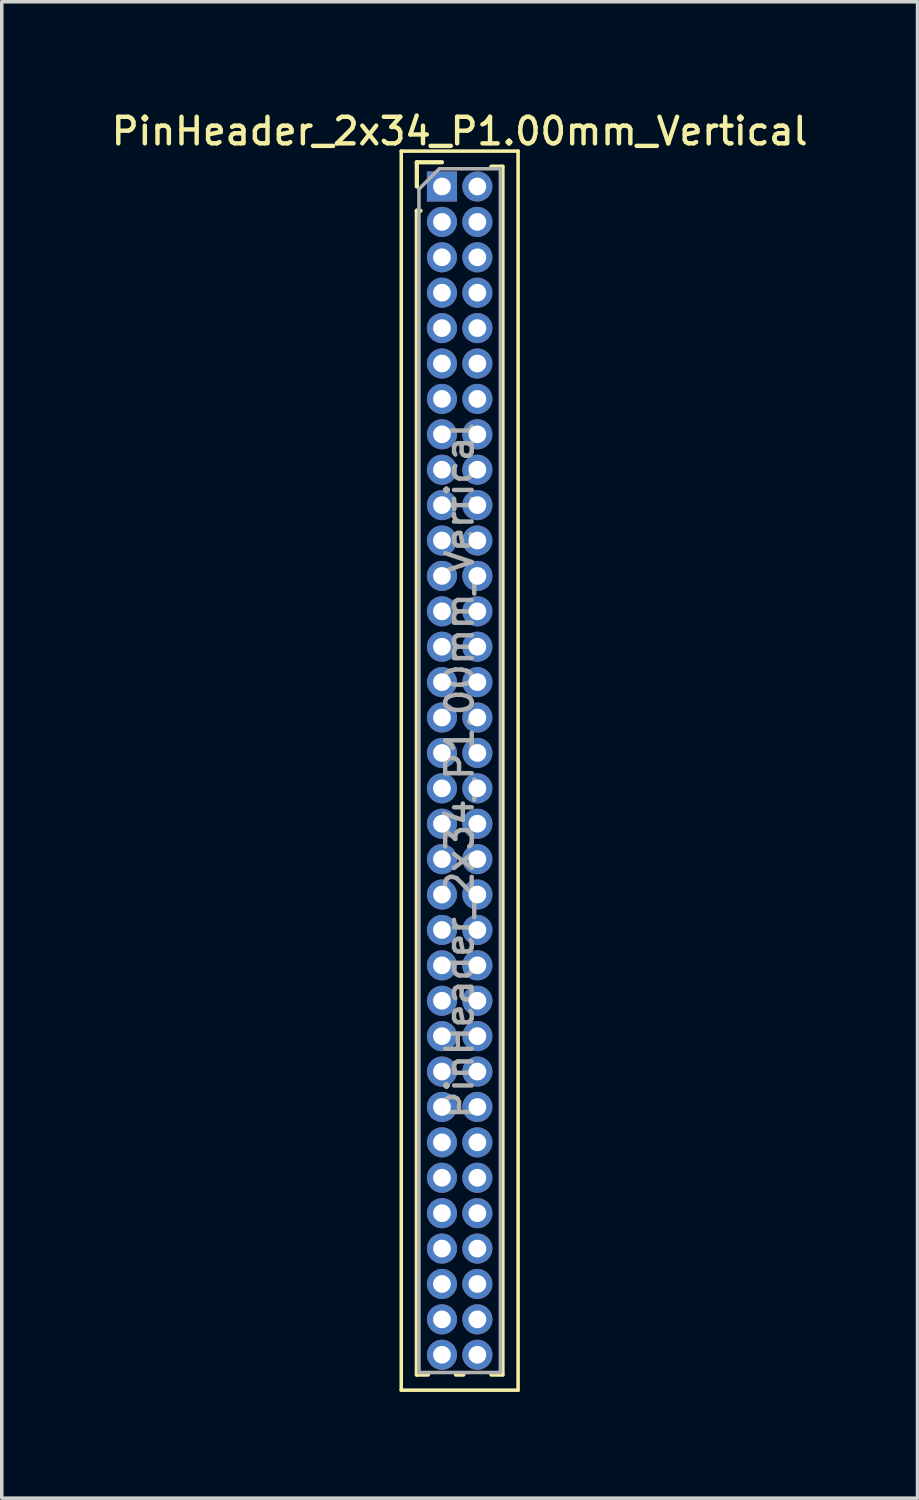
<source format=kicad_pcb>
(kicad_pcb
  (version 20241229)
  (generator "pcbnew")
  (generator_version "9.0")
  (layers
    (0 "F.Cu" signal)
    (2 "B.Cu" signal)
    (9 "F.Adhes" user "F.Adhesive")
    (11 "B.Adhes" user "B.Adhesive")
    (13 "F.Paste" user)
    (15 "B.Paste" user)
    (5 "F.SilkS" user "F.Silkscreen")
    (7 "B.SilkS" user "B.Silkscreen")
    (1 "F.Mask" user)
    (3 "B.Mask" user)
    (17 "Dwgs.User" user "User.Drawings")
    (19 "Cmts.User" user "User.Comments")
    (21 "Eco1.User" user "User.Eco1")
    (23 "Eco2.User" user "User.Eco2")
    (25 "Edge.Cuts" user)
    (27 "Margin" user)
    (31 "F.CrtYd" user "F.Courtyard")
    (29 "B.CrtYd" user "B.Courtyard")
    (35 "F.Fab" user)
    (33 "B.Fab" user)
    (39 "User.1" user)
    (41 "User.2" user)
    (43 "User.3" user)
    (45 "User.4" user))
  (footprint "PinHeader_2x34_P1.00mm_Vertical"
    (layer "F.Cu")
    (at 9.434 2.218)
    (property "Reference" "PinHeader_2x34_P1.00mm_Vertical" (at 0.5 -1.56 0) (layer "F.SilkS") (effects (font (size 0.75 0.75) (thickness 0.125))))
    (attr through_hole)
    (fp_line (start -1.15 -1) (end -1.15 34) (stroke (width 0.1) (type solid)) (layer "F.SilkS"))
    (fp_line (start -1.15 34) (end 2.15 34) (stroke (width 0.1) (type solid)) (layer "F.SilkS"))
    (fp_line (start -0.71 -0.685) (end 0 -0.685) (stroke (width 0.12) (type solid)) (layer "F.SilkS"))
    (fp_line (start -0.71 0) (end -0.71 -0.685) (stroke (width 0.12) (type solid)) (layer "F.SilkS"))
    (fp_line (start -0.71 0.685) (end -0.71 33.56) (stroke (width 0.12) (type solid)) (layer "F.SilkS"))
    (fp_line (start -0.71 0.685) (end -0.608 0.685) (stroke (width 0.12) (type solid)) (layer "F.SilkS"))
    (fp_line (start -0.71 33.56) (end -0.394 33.56) (stroke (width 0.12) (type solid)) (layer "F.SilkS"))
    (fp_line (start 0.394 33.56) (end 0.606 33.56) (stroke (width 0.12) (type solid)) (layer "F.SilkS"))
    (fp_line (start 1.394 -0.56) (end 1.71 -0.56) (stroke (width 0.12) (type solid)) (layer "F.SilkS"))
    (fp_line (start 1.394 33.56) (end 1.71 33.56) (stroke (width 0.12) (type solid)) (layer "F.SilkS"))
    (fp_line (start 1.71 -0.56) (end 1.71 33.56) (stroke (width 0.12) (type solid)) (layer "F.SilkS"))
    (fp_line (start 2.15 -1) (end -1.15 -1) (stroke (width 0.1) (type solid)) (layer "F.SilkS"))
    (fp_line (start 2.15 34) (end 2.15 -1) (stroke (width 0.1) (type solid)) (layer "F.SilkS"))
    (fp_line (start -0.65 0.075) (end -0.075 -0.5) (stroke (width 0.1) (type solid)) (layer "F.Fab"))
    (fp_line (start -0.65 33.5) (end -0.65 0.075) (stroke (width 0.1) (type solid)) (layer "F.Fab"))
    (fp_line (start -0.075 -0.5) (end 1.65 -0.5) (stroke (width 0.1) (type solid)) (layer "F.Fab"))
    (fp_line (start 1.65 -0.5) (end 1.65 33.5) (stroke (width 0.1) (type solid)) (layer "F.Fab"))
    (fp_line (start 1.65 33.5) (end -0.65 33.5) (stroke (width 0.1) (type solid)) (layer "F.Fab"))
    (fp_text user "${REFERENCE}" (at 0.5 16.5 90) (layer "F.Fab") (effects (font (size 0.75 0.75) (thickness 0.125))))
    (pad "1" thru_hole rect (at 0 0) (size 0.85 0.85) (drill 0.5) (layers "*.Cu" "*.Mask"))
    (pad "2" thru_hole oval (at 1 0) (size 0.85 0.85) (drill 0.5) (layers "*.Cu" "*.Mask"))
    (pad "3" thru_hole oval (at 0 1) (size 0.85 0.85) (drill 0.5) (layers "*.Cu" "*.Mask"))
    (pad "4" thru_hole oval (at 1 1) (size 0.85 0.85) (drill 0.5) (layers "*.Cu" "*.Mask"))
    (pad "5" thru_hole oval (at 0 2) (size 0.85 0.85) (drill 0.5) (layers "*.Cu" "*.Mask"))
    (pad "6" thru_hole oval (at 1 2) (size 0.85 0.85) (drill 0.5) (layers "*.Cu" "*.Mask"))
    (pad "7" thru_hole oval (at 0 3) (size 0.85 0.85) (drill 0.5) (layers "*.Cu" "*.Mask"))
    (pad "8" thru_hole oval (at 1 3) (size 0.85 0.85) (drill 0.5) (layers "*.Cu" "*.Mask"))
    (pad "9" thru_hole oval (at 0 4) (size 0.85 0.85) (drill 0.5) (layers "*.Cu" "*.Mask"))
    (pad "10" thru_hole oval (at 1 4) (size 0.85 0.85) (drill 0.5) (layers "*.Cu" "*.Mask"))
    (pad "11" thru_hole oval (at 0 5) (size 0.85 0.85) (drill 0.5) (layers "*.Cu" "*.Mask"))
    (pad "12" thru_hole oval (at 1 5) (size 0.85 0.85) (drill 0.5) (layers "*.Cu" "*.Mask"))
    (pad "13" thru_hole oval (at 0 6) (size 0.85 0.85) (drill 0.5) (layers "*.Cu" "*.Mask"))
    (pad "14" thru_hole oval (at 1 6) (size 0.85 0.85) (drill 0.5) (layers "*.Cu" "*.Mask"))
    (pad "15" thru_hole oval (at 0 7) (size 0.85 0.85) (drill 0.5) (layers "*.Cu" "*.Mask"))
    (pad "16" thru_hole oval (at 1 7) (size 0.85 0.85) (drill 0.5) (layers "*.Cu" "*.Mask"))
    (pad "17" thru_hole oval (at 0 8) (size 0.85 0.85) (drill 0.5) (layers "*.Cu" "*.Mask"))
    (pad "18" thru_hole oval (at 1 8) (size 0.85 0.85) (drill 0.5) (layers "*.Cu" "*.Mask"))
    (pad "19" thru_hole oval (at 0 9) (size 0.85 0.85) (drill 0.5) (layers "*.Cu" "*.Mask"))
    (pad "20" thru_hole oval (at 1 9) (size 0.85 0.85) (drill 0.5) (layers "*.Cu" "*.Mask"))
    (pad "21" thru_hole oval (at 0 10) (size 0.85 0.85) (drill 0.5) (layers "*.Cu" "*.Mask"))
    (pad "22" thru_hole oval (at 1 10) (size 0.85 0.85) (drill 0.5) (layers "*.Cu" "*.Mask"))
    (pad "23" thru_hole oval (at 0 11) (size 0.85 0.85) (drill 0.5) (layers "*.Cu" "*.Mask"))
    (pad "24" thru_hole oval (at 1 11) (size 0.85 0.85) (drill 0.5) (layers "*.Cu" "*.Mask"))
    (pad "25" thru_hole oval (at 0 12) (size 0.85 0.85) (drill 0.5) (layers "*.Cu" "*.Mask"))
    (pad "26" thru_hole oval (at 1 12) (size 0.85 0.85) (drill 0.5) (layers "*.Cu" "*.Mask"))
    (pad "27" thru_hole oval (at 0 13) (size 0.85 0.85) (drill 0.5) (layers "*.Cu" "*.Mask"))
    (pad "28" thru_hole oval (at 1 13) (size 0.85 0.85) (drill 0.5) (layers "*.Cu" "*.Mask"))
    (pad "29" thru_hole oval (at 0 14) (size 0.85 0.85) (drill 0.5) (layers "*.Cu" "*.Mask"))
    (pad "30" thru_hole oval (at 1 14) (size 0.85 0.85) (drill 0.5) (layers "*.Cu" "*.Mask"))
    (pad "31" thru_hole oval (at 0 15) (size 0.85 0.85) (drill 0.5) (layers "*.Cu" "*.Mask"))
    (pad "32" thru_hole oval (at 1 15) (size 0.85 0.85) (drill 0.5) (layers "*.Cu" "*.Mask"))
    (pad "33" thru_hole oval (at 0 16) (size 0.85 0.85) (drill 0.5) (layers "*.Cu" "*.Mask"))
    (pad "34" thru_hole oval (at 1 16) (size 0.85 0.85) (drill 0.5) (layers "*.Cu" "*.Mask"))
    (pad "35" thru_hole oval (at 0 17) (size 0.85 0.85) (drill 0.5) (layers "*.Cu" "*.Mask"))
    (pad "36" thru_hole oval (at 1 17) (size 0.85 0.85) (drill 0.5) (layers "*.Cu" "*.Mask"))
    (pad "37" thru_hole oval (at 0 18) (size 0.85 0.85) (drill 0.5) (layers "*.Cu" "*.Mask"))
    (pad "38" thru_hole oval (at 1 18) (size 0.85 0.85) (drill 0.5) (layers "*.Cu" "*.Mask"))
    (pad "39" thru_hole oval (at 0 19) (size 0.85 0.85) (drill 0.5) (layers "*.Cu" "*.Mask"))
    (pad "40" thru_hole oval (at 1 19) (size 0.85 0.85) (drill 0.5) (layers "*.Cu" "*.Mask"))
    (pad "41" thru_hole oval (at 0 20) (size 0.85 0.85) (drill 0.5) (layers "*.Cu" "*.Mask"))
    (pad "42" thru_hole oval (at 1 20) (size 0.85 0.85) (drill 0.5) (layers "*.Cu" "*.Mask"))
    (pad "43" thru_hole oval (at 0 21) (size 0.85 0.85) (drill 0.5) (layers "*.Cu" "*.Mask"))
    (pad "44" thru_hole oval (at 1 21) (size 0.85 0.85) (drill 0.5) (layers "*.Cu" "*.Mask"))
    (pad "45" thru_hole oval (at 0 22) (size 0.85 0.85) (drill 0.5) (layers "*.Cu" "*.Mask"))
    (pad "46" thru_hole oval (at 1 22) (size 0.85 0.85) (drill 0.5) (layers "*.Cu" "*.Mask"))
    (pad "47" thru_hole oval (at 0 23) (size 0.85 0.85) (drill 0.5) (layers "*.Cu" "*.Mask"))
    (pad "48" thru_hole oval (at 1 23) (size 0.85 0.85) (drill 0.5) (layers "*.Cu" "*.Mask"))
    (pad "49" thru_hole oval (at 0 24) (size 0.85 0.85) (drill 0.5) (layers "*.Cu" "*.Mask"))
    (pad "50" thru_hole oval (at 1 24) (size 0.85 0.85) (drill 0.5) (layers "*.Cu" "*.Mask"))
    (pad "51" thru_hole oval (at 0 25) (size 0.85 0.85) (drill 0.5) (layers "*.Cu" "*.Mask"))
    (pad "52" thru_hole oval (at 1 25) (size 0.85 0.85) (drill 0.5) (layers "*.Cu" "*.Mask"))
    (pad "53" thru_hole oval (at 0 26) (size 0.85 0.85) (drill 0.5) (layers "*.Cu" "*.Mask"))
    (pad "54" thru_hole oval (at 1 26) (size 0.85 0.85) (drill 0.5) (layers "*.Cu" "*.Mask"))
    (pad "55" thru_hole oval (at 0 27) (size 0.85 0.85) (drill 0.5) (layers "*.Cu" "*.Mask"))
    (pad "56" thru_hole oval (at 1 27) (size 0.85 0.85) (drill 0.5) (layers "*.Cu" "*.Mask"))
    (pad "57" thru_hole oval (at 0 28) (size 0.85 0.85) (drill 0.5) (layers "*.Cu" "*.Mask"))
    (pad "58" thru_hole oval (at 1 28) (size 0.85 0.85) (drill 0.5) (layers "*.Cu" "*.Mask"))
    (pad "59" thru_hole oval (at 0 29) (size 0.85 0.85) (drill 0.5) (layers "*.Cu" "*.Mask"))
    (pad "60" thru_hole oval (at 1 29) (size 0.85 0.85) (drill 0.5) (layers "*.Cu" "*.Mask"))
    (pad "61" thru_hole oval (at 0 30) (size 0.85 0.85) (drill 0.5) (layers "*.Cu" "*.Mask"))
    (pad "62" thru_hole oval (at 1 30) (size 0.85 0.85) (drill 0.5) (layers "*.Cu" "*.Mask"))
    (pad "63" thru_hole oval (at 0 31) (size 0.85 0.85) (drill 0.5) (layers "*.Cu" "*.Mask"))
    (pad "64" thru_hole oval (at 1 31) (size 0.85 0.85) (drill 0.5) (layers "*.Cu" "*.Mask"))
    (pad "65" thru_hole oval (at 0 32) (size 0.85 0.85) (drill 0.5) (layers "*.Cu" "*.Mask"))
    (pad "66" thru_hole oval (at 1 32) (size 0.85 0.85) (drill 0.5) (layers "*.Cu" "*.Mask"))
    (pad "67" thru_hole oval (at 0 33) (size 0.85 0.85) (drill 0.5) (layers "*.Cu" "*.Mask"))
    (pad "68" thru_hole oval (at 1 33) (size 0.85 0.85) (drill 0.5) (layers "*.Cu" "*.Mask")))
  (gr_rect
    (start -3 -3)
    (end 22.868 39.268)
    (stroke (width 0.1) (type default))
    (fill no)
    (layer "Edge.Cuts")))
</source>
